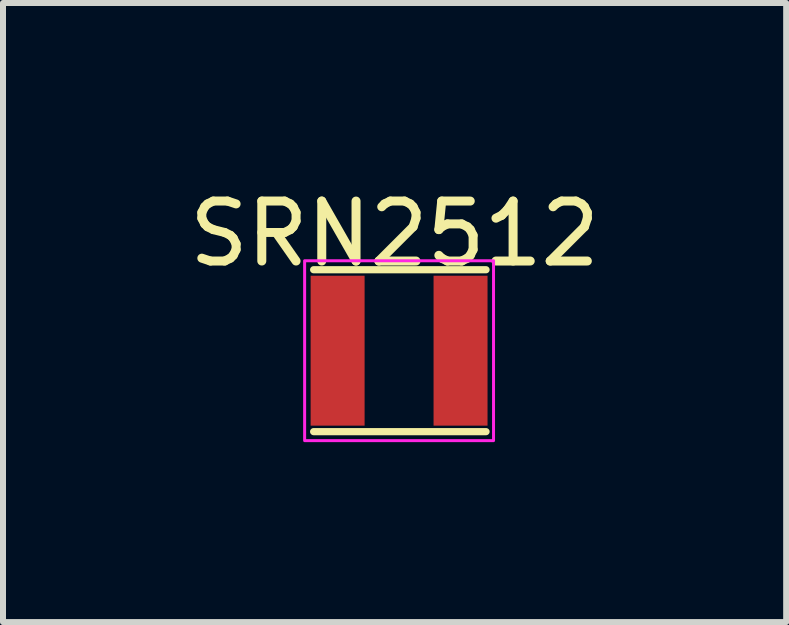
<source format=kicad_pcb>
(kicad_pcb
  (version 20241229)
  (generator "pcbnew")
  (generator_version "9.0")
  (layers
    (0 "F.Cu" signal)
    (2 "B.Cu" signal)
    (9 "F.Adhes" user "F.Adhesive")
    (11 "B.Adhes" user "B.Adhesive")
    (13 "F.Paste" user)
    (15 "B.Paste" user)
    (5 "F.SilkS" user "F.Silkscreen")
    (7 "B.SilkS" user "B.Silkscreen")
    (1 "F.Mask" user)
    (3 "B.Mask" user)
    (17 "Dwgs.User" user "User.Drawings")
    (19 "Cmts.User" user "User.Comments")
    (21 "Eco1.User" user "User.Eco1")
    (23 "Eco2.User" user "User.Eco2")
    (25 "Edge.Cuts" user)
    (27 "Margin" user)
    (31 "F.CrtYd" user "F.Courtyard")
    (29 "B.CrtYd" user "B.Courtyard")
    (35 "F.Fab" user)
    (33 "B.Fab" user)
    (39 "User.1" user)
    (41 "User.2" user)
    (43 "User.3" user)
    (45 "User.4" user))
  (footprint "SRN2512"
    (layer "F.Cu")
    (at 3.53 2.798)
    (property "Reference" "SRN2512" (at 0 -1.95 0) (unlocked yes) (layer "F.SilkS") (effects (font (size 1 1) (thickness 0.15))))
    (attr smd)
    (fp_line (start -1.35 -1.35) (end 1.525 -1.35) (stroke (width 0.12) (type solid)) (layer "F.SilkS"))
    (fp_line (start -1.35 1.35) (end 1.525 1.35) (stroke (width 0.12) (type solid)) (layer "F.SilkS"))
    (fp_rect (start -1.5 -1.5) (end 1.65 1.5) (stroke (width 0.05) (type solid)) (fill no) (layer "F.CrtYd"))
    (pad "1" smd rect (at -0.95 0) (size 0.9 2.5) (layers "F.Cu" "F.Mask" "F.Paste"))
    (pad "2" smd rect (at 1.1 0) (size 0.9 2.5) (layers "F.Cu" "F.Mask" "F.Paste")))
  (gr_rect
    (start -3 -3)
    (end 10.06 7.323)
    (stroke (width 0.1) (type default))
    (fill no)
    (layer "Edge.Cuts")))
</source>
